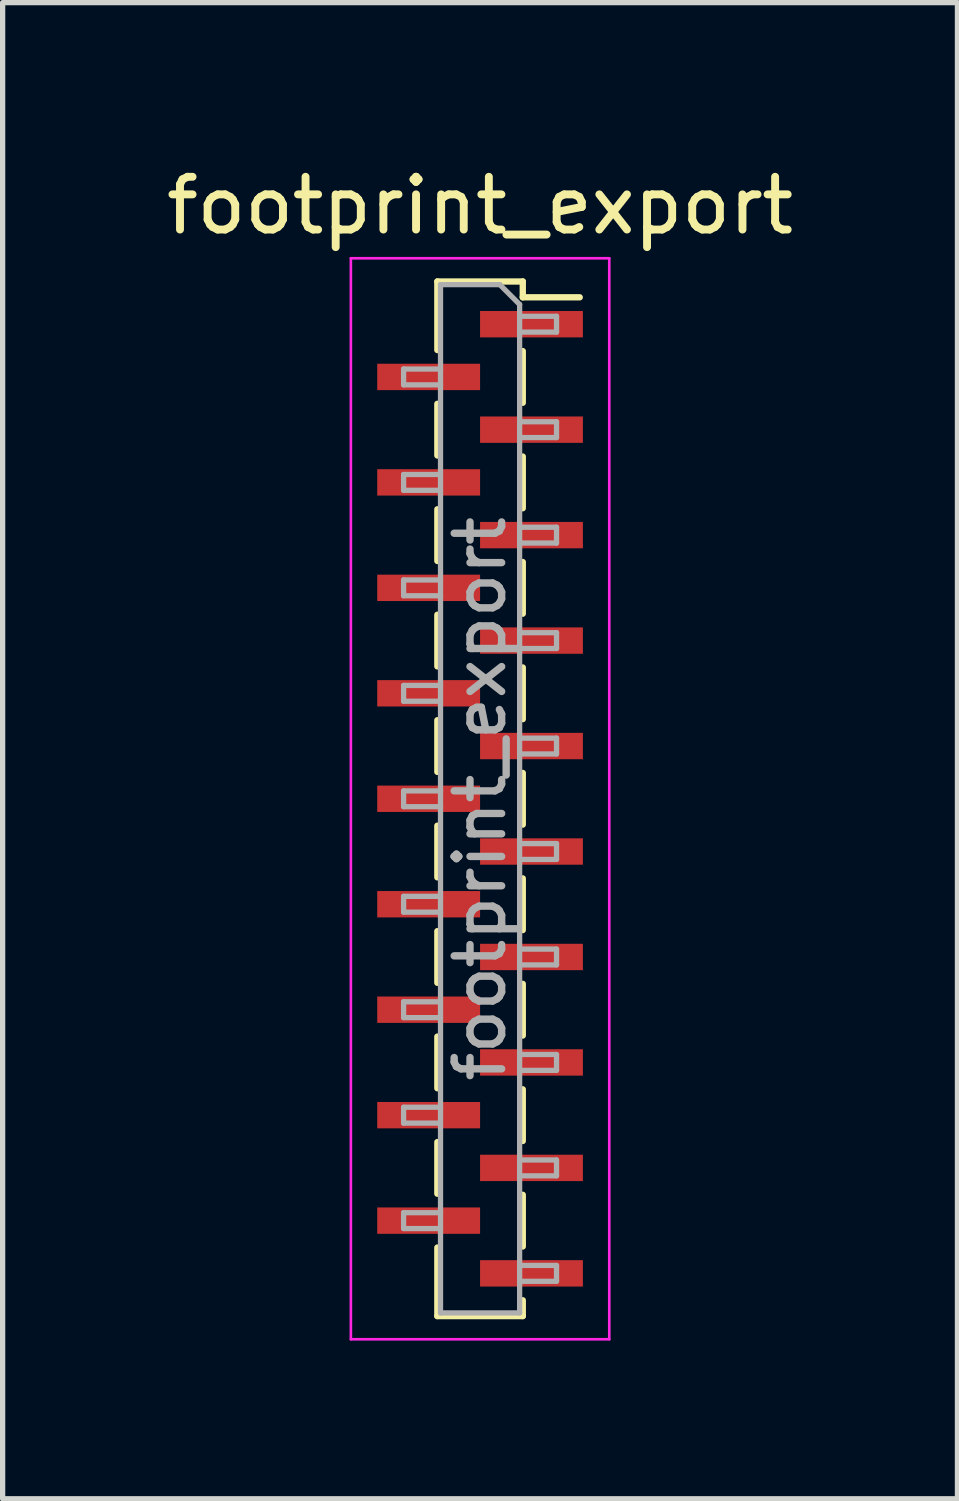
<source format=kicad_pcb>
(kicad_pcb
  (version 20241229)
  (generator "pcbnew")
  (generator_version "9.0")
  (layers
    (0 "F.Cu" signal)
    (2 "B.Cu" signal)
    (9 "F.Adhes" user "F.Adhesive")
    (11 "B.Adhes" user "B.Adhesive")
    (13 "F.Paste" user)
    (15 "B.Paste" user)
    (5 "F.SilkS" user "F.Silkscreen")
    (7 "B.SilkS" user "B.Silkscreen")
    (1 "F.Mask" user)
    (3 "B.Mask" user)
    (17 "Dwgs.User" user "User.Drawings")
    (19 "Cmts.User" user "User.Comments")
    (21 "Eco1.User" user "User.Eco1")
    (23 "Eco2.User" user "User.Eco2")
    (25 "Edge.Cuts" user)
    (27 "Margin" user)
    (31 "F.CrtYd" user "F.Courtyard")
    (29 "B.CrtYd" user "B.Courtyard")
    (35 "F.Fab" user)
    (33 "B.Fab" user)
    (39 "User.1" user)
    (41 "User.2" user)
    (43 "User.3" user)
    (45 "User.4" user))
  (footprint "footprint_export"
    (layer "F.Cu")
    (at 6.054 12.098)
    (property "Reference" "footprint_export" (at 0 -11.25 0) (layer "F.SilkS") (effects (font (size 1 1) (thickness 0.15))))
    (attr smd)
    (fp_line (start -0.81 -9.81) (end -0.81 -8.51) (stroke (width 0.12) (type solid)) (layer "F.SilkS"))
    (fp_line (start -0.81 -9.81) (end 0.81 -9.81) (stroke (width 0.12) (type solid)) (layer "F.SilkS"))
    (fp_line (start -0.81 -7.49) (end -0.81 -6.51) (stroke (width 0.12) (type solid)) (layer "F.SilkS"))
    (fp_line (start -0.81 -5.49) (end -0.81 -4.51) (stroke (width 0.12) (type solid)) (layer "F.SilkS"))
    (fp_line (start -0.81 -3.49) (end -0.81 -2.51) (stroke (width 0.12) (type solid)) (layer "F.SilkS"))
    (fp_line (start -0.81 -1.49) (end -0.81 -0.51) (stroke (width 0.12) (type solid)) (layer "F.SilkS"))
    (fp_line (start -0.81 0.51) (end -0.81 1.49) (stroke (width 0.12) (type solid)) (layer "F.SilkS"))
    (fp_line (start -0.81 2.51) (end -0.81 3.49) (stroke (width 0.12) (type solid)) (layer "F.SilkS"))
    (fp_line (start -0.81 4.51) (end -0.81 5.49) (stroke (width 0.12) (type solid)) (layer "F.SilkS"))
    (fp_line (start -0.81 6.51) (end -0.81 7.49) (stroke (width 0.12) (type solid)) (layer "F.SilkS"))
    (fp_line (start -0.81 8.51) (end -0.81 9.81) (stroke (width 0.12) (type solid)) (layer "F.SilkS"))
    (fp_line (start -0.81 9.81) (end 0.81 9.81) (stroke (width 0.12) (type solid)) (layer "F.SilkS"))
    (fp_line (start 0.81 -9.81) (end 0.81 -9.51) (stroke (width 0.12) (type solid)) (layer "F.SilkS"))
    (fp_line (start 0.81 -9.51) (end 1.89 -9.51) (stroke (width 0.12) (type solid)) (layer "F.SilkS"))
    (fp_line (start 0.81 -8.49) (end 0.81 -7.51) (stroke (width 0.12) (type solid)) (layer "F.SilkS"))
    (fp_line (start 0.81 -6.49) (end 0.81 -5.51) (stroke (width 0.12) (type solid)) (layer "F.SilkS"))
    (fp_line (start 0.81 -4.49) (end 0.81 -3.51) (stroke (width 0.12) (type solid)) (layer "F.SilkS"))
    (fp_line (start 0.81 -2.49) (end 0.81 -1.51) (stroke (width 0.12) (type solid)) (layer "F.SilkS"))
    (fp_line (start 0.81 -0.49) (end 0.81 0.49) (stroke (width 0.12) (type solid)) (layer "F.SilkS"))
    (fp_line (start 0.81 1.51) (end 0.81 2.49) (stroke (width 0.12) (type solid)) (layer "F.SilkS"))
    (fp_line (start 0.81 3.51) (end 0.81 4.49) (stroke (width 0.12) (type solid)) (layer "F.SilkS"))
    (fp_line (start 0.81 5.51) (end 0.81 6.49) (stroke (width 0.12) (type solid)) (layer "F.SilkS"))
    (fp_line (start 0.81 7.51) (end 0.81 8.49) (stroke (width 0.12) (type solid)) (layer "F.SilkS"))
    (fp_line (start 0.81 9.51) (end 0.81 9.81) (stroke (width 0.12) (type solid)) (layer "F.SilkS"))
    (fp_line (start -2.45 -10.25) (end 2.45 -10.25) (stroke (width 0.05) (type solid)) (layer "F.CrtYd"))
    (fp_line (start -2.45 10.25) (end -2.45 -10.25) (stroke (width 0.05) (type solid)) (layer "F.CrtYd"))
    (fp_line (start 2.45 -10.25) (end 2.45 10.25) (stroke (width 0.05) (type solid)) (layer "F.CrtYd"))
    (fp_line (start 2.45 10.25) (end -2.45 10.25) (stroke (width 0.05) (type solid)) (layer "F.CrtYd"))
    (fp_line (start -1.45 -8.15) (end -0.75 -8.15) (stroke (width 0.1) (type solid)) (layer "F.Fab"))
    (fp_line (start -1.45 -7.85) (end -1.45 -8.15) (stroke (width 0.1) (type solid)) (layer "F.Fab"))
    (fp_line (start -1.45 -6.15) (end -0.75 -6.15) (stroke (width 0.1) (type solid)) (layer "F.Fab"))
    (fp_line (start -1.45 -5.85) (end -1.45 -6.15) (stroke (width 0.1) (type solid)) (layer "F.Fab"))
    (fp_line (start -1.45 -4.15) (end -0.75 -4.15) (stroke (width 0.1) (type solid)) (layer "F.Fab"))
    (fp_line (start -1.45 -3.85) (end -1.45 -4.15) (stroke (width 0.1) (type solid)) (layer "F.Fab"))
    (fp_line (start -1.45 -2.15) (end -0.75 -2.15) (stroke (width 0.1) (type solid)) (layer "F.Fab"))
    (fp_line (start -1.45 -1.85) (end -1.45 -2.15) (stroke (width 0.1) (type solid)) (layer "F.Fab"))
    (fp_line (start -1.45 -0.15) (end -0.75 -0.15) (stroke (width 0.1) (type solid)) (layer "F.Fab"))
    (fp_line (start -1.45 0.15) (end -1.45 -0.15) (stroke (width 0.1) (type solid)) (layer "F.Fab"))
    (fp_line (start -1.45 1.85) (end -0.75 1.85) (stroke (width 0.1) (type solid)) (layer "F.Fab"))
    (fp_line (start -1.45 2.15) (end -1.45 1.85) (stroke (width 0.1) (type solid)) (layer "F.Fab"))
    (fp_line (start -1.45 3.85) (end -0.75 3.85) (stroke (width 0.1) (type solid)) (layer "F.Fab"))
    (fp_line (start -1.45 4.15) (end -1.45 3.85) (stroke (width 0.1) (type solid)) (layer "F.Fab"))
    (fp_line (start -1.45 5.85) (end -0.75 5.85) (stroke (width 0.1) (type solid)) (layer "F.Fab"))
    (fp_line (start -1.45 6.15) (end -1.45 5.85) (stroke (width 0.1) (type solid)) (layer "F.Fab"))
    (fp_line (start -1.45 7.85) (end -0.75 7.85) (stroke (width 0.1) (type solid)) (layer "F.Fab"))
    (fp_line (start -1.45 8.15) (end -1.45 7.85) (stroke (width 0.1) (type solid)) (layer "F.Fab"))
    (fp_line (start -0.75 -9.75) (end 0.375 -9.75) (stroke (width 0.1) (type solid)) (layer "F.Fab"))
    (fp_line (start -0.75 -7.85) (end -1.45 -7.85) (stroke (width 0.1) (type solid)) (layer "F.Fab"))
    (fp_line (start -0.75 -5.85) (end -1.45 -5.85) (stroke (width 0.1) (type solid)) (layer "F.Fab"))
    (fp_line (start -0.75 -3.85) (end -1.45 -3.85) (stroke (width 0.1) (type solid)) (layer "F.Fab"))
    (fp_line (start -0.75 -1.85) (end -1.45 -1.85) (stroke (width 0.1) (type solid)) (layer "F.Fab"))
    (fp_line (start -0.75 0.15) (end -1.45 0.15) (stroke (width 0.1) (type solid)) (layer "F.Fab"))
    (fp_line (start -0.75 2.15) (end -1.45 2.15) (stroke (width 0.1) (type solid)) (layer "F.Fab"))
    (fp_line (start -0.75 4.15) (end -1.45 4.15) (stroke (width 0.1) (type solid)) (layer "F.Fab"))
    (fp_line (start -0.75 6.15) (end -1.45 6.15) (stroke (width 0.1) (type solid)) (layer "F.Fab"))
    (fp_line (start -0.75 8.15) (end -1.45 8.15) (stroke (width 0.1) (type solid)) (layer "F.Fab"))
    (fp_line (start -0.75 9.75) (end -0.75 -9.75) (stroke (width 0.1) (type solid)) (layer "F.Fab"))
    (fp_line (start 0.375 -9.75) (end 0.75 -9.375) (stroke (width 0.1) (type solid)) (layer "F.Fab"))
    (fp_line (start 0.75 -9.375) (end 0.75 9.75) (stroke (width 0.1) (type solid)) (layer "F.Fab"))
    (fp_line (start 0.75 -9.15) (end 1.45 -9.15) (stroke (width 0.1) (type solid)) (layer "F.Fab"))
    (fp_line (start 0.75 -7.15) (end 1.45 -7.15) (stroke (width 0.1) (type solid)) (layer "F.Fab"))
    (fp_line (start 0.75 -5.15) (end 1.45 -5.15) (stroke (width 0.1) (type solid)) (layer "F.Fab"))
    (fp_line (start 0.75 -3.15) (end 1.45 -3.15) (stroke (width 0.1) (type solid)) (layer "F.Fab"))
    (fp_line (start 0.75 -1.15) (end 1.45 -1.15) (stroke (width 0.1) (type solid)) (layer "F.Fab"))
    (fp_line (start 0.75 0.85) (end 1.45 0.85) (stroke (width 0.1) (type solid)) (layer "F.Fab"))
    (fp_line (start 0.75 2.85) (end 1.45 2.85) (stroke (width 0.1) (type solid)) (layer "F.Fab"))
    (fp_line (start 0.75 4.85) (end 1.45 4.85) (stroke (width 0.1) (type solid)) (layer "F.Fab"))
    (fp_line (start 0.75 6.85) (end 1.45 6.85) (stroke (width 0.1) (type solid)) (layer "F.Fab"))
    (fp_line (start 0.75 8.85) (end 1.45 8.85) (stroke (width 0.1) (type solid)) (layer "F.Fab"))
    (fp_line (start 0.75 9.75) (end -0.75 9.75) (stroke (width 0.1) (type solid)) (layer "F.Fab"))
    (fp_line (start 1.45 -9.15) (end 1.45 -8.85) (stroke (width 0.1) (type solid)) (layer "F.Fab"))
    (fp_line (start 1.45 -8.85) (end 0.75 -8.85) (stroke (width 0.1) (type solid)) (layer "F.Fab"))
    (fp_line (start 1.45 -7.15) (end 1.45 -6.85) (stroke (width 0.1) (type solid)) (layer "F.Fab"))
    (fp_line (start 1.45 -6.85) (end 0.75 -6.85) (stroke (width 0.1) (type solid)) (layer "F.Fab"))
    (fp_line (start 1.45 -5.15) (end 1.45 -4.85) (stroke (width 0.1) (type solid)) (layer "F.Fab"))
    (fp_line (start 1.45 -4.85) (end 0.75 -4.85) (stroke (width 0.1) (type solid)) (layer "F.Fab"))
    (fp_line (start 1.45 -3.15) (end 1.45 -2.85) (stroke (width 0.1) (type solid)) (layer "F.Fab"))
    (fp_line (start 1.45 -2.85) (end 0.75 -2.85) (stroke (width 0.1) (type solid)) (layer "F.Fab"))
    (fp_line (start 1.45 -1.15) (end 1.45 -0.85) (stroke (width 0.1) (type solid)) (layer "F.Fab"))
    (fp_line (start 1.45 -0.85) (end 0.75 -0.85) (stroke (width 0.1) (type solid)) (layer "F.Fab"))
    (fp_line (start 1.45 0.85) (end 1.45 1.15) (stroke (width 0.1) (type solid)) (layer "F.Fab"))
    (fp_line (start 1.45 1.15) (end 0.75 1.15) (stroke (width 0.1) (type solid)) (layer "F.Fab"))
    (fp_line (start 1.45 2.85) (end 1.45 3.15) (stroke (width 0.1) (type solid)) (layer "F.Fab"))
    (fp_line (start 1.45 3.15) (end 0.75 3.15) (stroke (width 0.1) (type solid)) (layer "F.Fab"))
    (fp_line (start 1.45 4.85) (end 1.45 5.15) (stroke (width 0.1) (type solid)) (layer "F.Fab"))
    (fp_line (start 1.45 5.15) (end 0.75 5.15) (stroke (width 0.1) (type solid)) (layer "F.Fab"))
    (fp_line (start 1.45 6.85) (end 1.45 7.15) (stroke (width 0.1) (type solid)) (layer "F.Fab"))
    (fp_line (start 1.45 7.15) (end 0.75 7.15) (stroke (width 0.1) (type solid)) (layer "F.Fab"))
    (fp_line (start 1.45 8.85) (end 1.45 9.15) (stroke (width 0.1) (type solid)) (layer "F.Fab"))
    (fp_line (start 1.45 9.15) (end 0.75 9.15) (stroke (width 0.1) (type solid)) (layer "F.Fab"))
    (fp_text user "${REFERENCE}" (at 0 0 90) (layer "F.Fab") (effects (font (size 0.9 0.9) (thickness 0.14))))
    (pad "1" smd rect (at 0.975 -9) (size 1.95 0.5) (layers "F.Cu" "F.Mask" "F.Paste"))
    (pad "2" smd rect (at -0.975 -8) (size 1.95 0.5) (layers "F.Cu" "F.Mask" "F.Paste"))
    (pad "3" smd rect (at 0.975 -7) (size 1.95 0.5) (layers "F.Cu" "F.Mask" "F.Paste"))
    (pad "4" smd rect (at -0.975 -6) (size 1.95 0.5) (layers "F.Cu" "F.Mask" "F.Paste"))
    (pad "5" smd rect (at 0.975 -5) (size 1.95 0.5) (layers "F.Cu" "F.Mask" "F.Paste"))
    (pad "6" smd rect (at -0.975 -4) (size 1.95 0.5) (layers "F.Cu" "F.Mask" "F.Paste"))
    (pad "7" smd rect (at 0.975 -3) (size 1.95 0.5) (layers "F.Cu" "F.Mask" "F.Paste"))
    (pad "8" smd rect (at -0.975 -2) (size 1.95 0.5) (layers "F.Cu" "F.Mask" "F.Paste"))
    (pad "9" smd rect (at 0.975 -1) (size 1.95 0.5) (layers "F.Cu" "F.Mask" "F.Paste"))
    (pad "10" smd rect (at -0.975 0) (size 1.95 0.5) (layers "F.Cu" "F.Mask" "F.Paste"))
    (pad "11" smd rect (at 0.975 1) (size 1.95 0.5) (layers "F.Cu" "F.Mask" "F.Paste"))
    (pad "12" smd rect (at -0.975 2) (size 1.95 0.5) (layers "F.Cu" "F.Mask" "F.Paste"))
    (pad "13" smd rect (at 0.975 3) (size 1.95 0.5) (layers "F.Cu" "F.Mask" "F.Paste"))
    (pad "14" smd rect (at -0.975 4) (size 1.95 0.5) (layers "F.Cu" "F.Mask" "F.Paste"))
    (pad "15" smd rect (at 0.975 5) (size 1.95 0.5) (layers "F.Cu" "F.Mask" "F.Paste"))
    (pad "16" smd rect (at -0.975 6) (size 1.95 0.5) (layers "F.Cu" "F.Mask" "F.Paste"))
    (pad "17" smd rect (at 0.975 7) (size 1.95 0.5) (layers "F.Cu" "F.Mask" "F.Paste"))
    (pad "18" smd rect (at -0.975 8) (size 1.95 0.5) (layers "F.Cu" "F.Mask" "F.Paste"))
    (pad "19" smd rect (at 0.975 9) (size 1.95 0.5) (layers "F.Cu" "F.Mask" "F.Paste")))
  (gr_rect
    (start -3 -3)
    (end 15.107 25.373)
    (stroke (width 0.1) (type default))
    (fill no)
    (layer "Edge.Cuts")))
</source>
